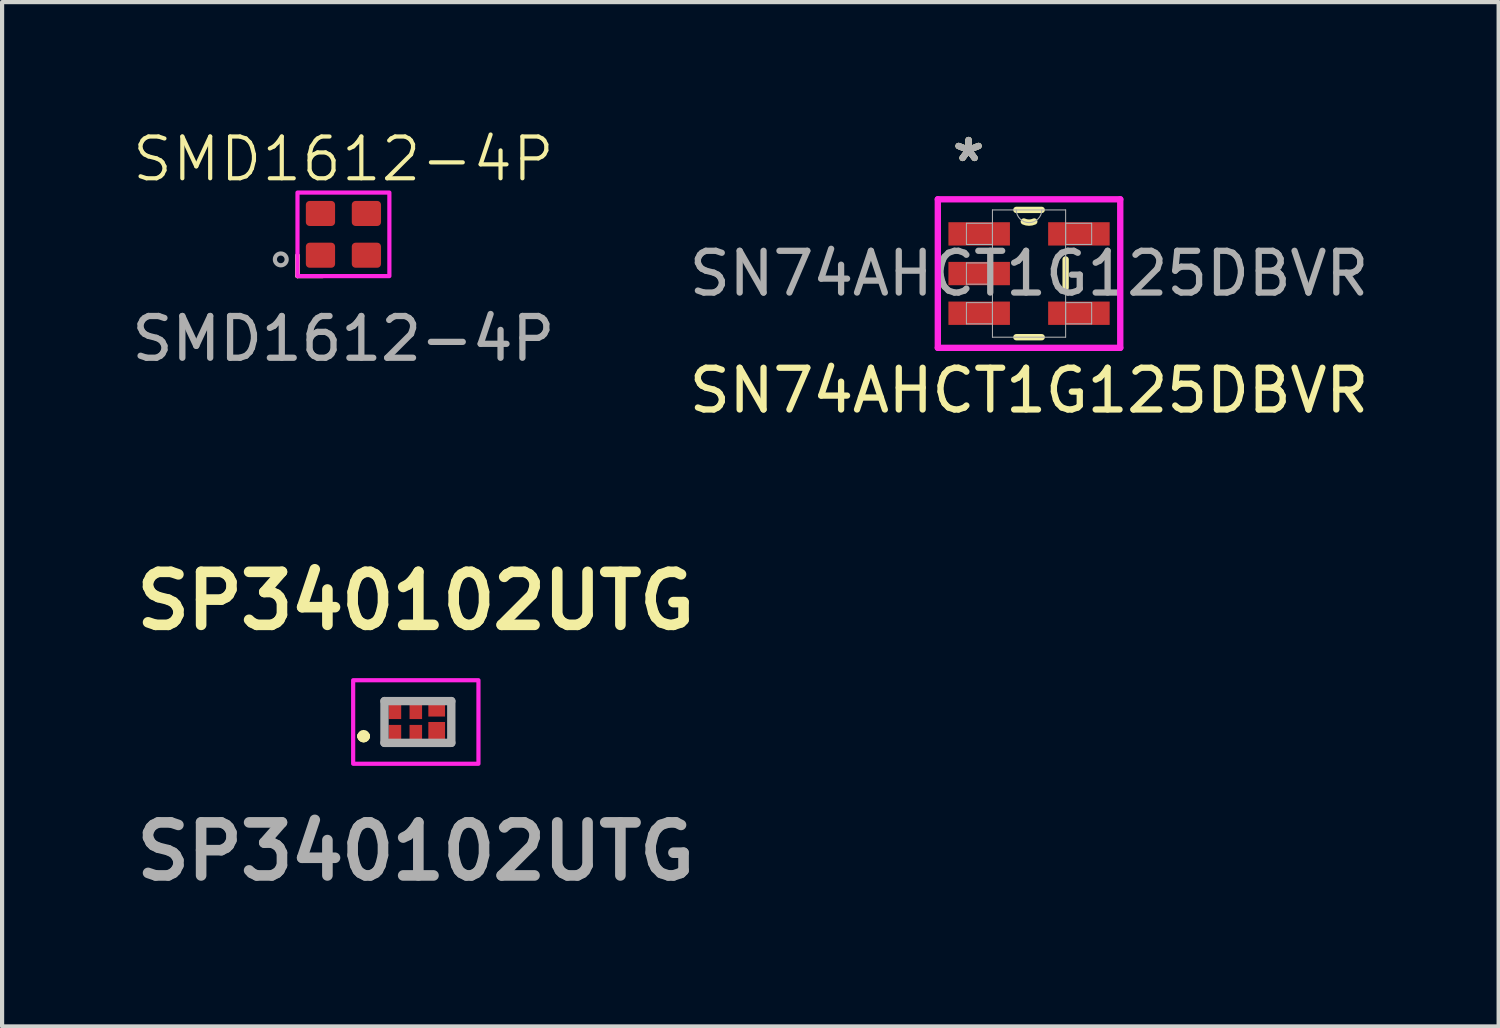
<source format=kicad_pcb>
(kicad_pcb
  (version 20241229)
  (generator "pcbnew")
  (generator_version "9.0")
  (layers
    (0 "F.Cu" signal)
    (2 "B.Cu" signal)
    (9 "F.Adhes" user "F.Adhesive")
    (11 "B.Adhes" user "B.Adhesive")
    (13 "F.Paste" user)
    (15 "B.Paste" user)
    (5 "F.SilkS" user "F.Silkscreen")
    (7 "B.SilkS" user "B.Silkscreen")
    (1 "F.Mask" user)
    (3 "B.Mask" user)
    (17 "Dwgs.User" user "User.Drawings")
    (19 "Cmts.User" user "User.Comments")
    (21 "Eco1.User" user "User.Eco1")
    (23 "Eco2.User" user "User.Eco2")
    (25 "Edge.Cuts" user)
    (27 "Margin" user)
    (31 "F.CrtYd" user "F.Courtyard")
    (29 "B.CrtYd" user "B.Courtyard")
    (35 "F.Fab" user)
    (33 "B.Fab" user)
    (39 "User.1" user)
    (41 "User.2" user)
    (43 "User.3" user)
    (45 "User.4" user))
  (footprint "SP340102UTG"
    (layer "F.Cu")
    (at 6.906 14.237)
    (property "Reference" "SP340102UTG" (at 0 -2.9 0) (layer "F.SilkS") (effects (font (size 1.27 1.27) (thickness 0.254))))
    (attr smd)
    (fp_line (start -1.3 0.34) (end -1.3 0.34) (stroke (width 0.2) (type solid)) (layer "F.SilkS"))
    (fp_line (start -1.3 0.34) (end -1.3 0.34) (stroke (width 0.2) (type solid)) (layer "F.SilkS"))
    (fp_line (start -1.2 0.34) (end -1.2 0.34) (stroke (width 0.2) (type solid)) (layer "F.SilkS"))
    (fp_arc (start -1.3 0.34) (mid -1.25 0.29) (end -1.2 0.34) (stroke (width 0.2) (type solid)) (layer "F.SilkS"))
    (fp_arc (start -1.2 0.34) (mid -1.25 0.39) (end -1.3 0.34) (stroke (width 0.2) (type solid)) (layer "F.SilkS"))
    (fp_arc (start -1.2 0.34) (mid -1.25 0.39) (end -1.3 0.34) (stroke (width 0.2) (type solid)) (layer "F.SilkS"))
    (fp_rect (start -1.5 -1) (end 1.5 1) (stroke (width 0.1) (type solid)) (fill no) (layer "F.CrtYd"))
    (fp_line (start -0.75 -0.5) (end -0.75 0.5) (stroke (width 0.2) (type solid)) (layer "F.Fab"))
    (fp_line (start -0.75 0.5) (end 0.85 0.5) (stroke (width 0.2) (type solid)) (layer "F.Fab"))
    (fp_line (start 0.85 -0.5) (end -0.75 -0.5) (stroke (width 0.2) (type solid)) (layer "F.Fab"))
    (fp_line (start 0.85 0.5) (end 0.85 -0.5) (stroke (width 0.2) (type solid)) (layer "F.Fab"))
    (fp_text user "${REFERENCE}" (at 0 3.1 0) (layer "F.Fab") (effects (font (size 1.27 1.27) (thickness 0.254))))
    (pad "1" smd rect (at -0.5 0.31) (size 0.3 0.48) (layers "F.Cu" "F.Mask" "F.Paste"))
    (pad "2" smd rect (at 0 0.31) (size 0.3 0.48) (layers "F.Cu" "F.Mask" "F.Paste"))
    (pad "3" smd rect (at 0.5 0.275) (size 0.4 0.55) (layers "F.Cu" "F.Mask" "F.Paste"))
    (pad "4" smd rect (at 0.5 -0.34) (size 0.4 0.42) (layers "F.Cu" "F.Mask" "F.Paste"))
    (pad "5" smd rect (at 0 -0.31) (size 0.3 0.48) (layers "F.Cu" "F.Mask" "F.Paste"))
    (pad "6" smd rect (at -0.5 -0.31) (size 0.3 0.48) (layers "F.Cu" "F.Mask" "F.Paste")))
  (footprint "SN74AHCT1G125DBVR"
    (layer "F.Cu")
    (at 21.589 3.5)
    (property "Reference" "SN74AHCT1G125DBVR" (at 0 2.8 0) (unlocked yes) (layer "F.SilkS") (effects (font (size 1 1) (thickness 0.15))))
    (attr smd)
    (fp_line (start -0.303 1.524) (end 0.303 1.524) (stroke (width 0.152) (type solid)) (layer "F.SilkS"))
    (fp_line (start 0.303 -1.524) (end -0.303 -1.524) (stroke (width 0.152) (type solid)) (layer "F.SilkS"))
    (fp_line (start 0.876 0.338) (end 0.876 -0.338) (stroke (width 0.152) (type solid)) (layer "F.SilkS"))
    (fp_arc (start 0.124872 -1.245953) (mid 0 -1.2192) (end -0.124872 -1.245953) (stroke (width 0.1524) (type solid)) (layer "F.SilkS"))
    (fp_line (start -2.184 -1.778) (end 2.184 -1.778) (stroke (width 0.152) (type solid)) (layer "F.CrtYd"))
    (fp_line (start -2.184 1.778) (end -2.184 -1.778) (stroke (width 0.152) (type solid)) (layer "F.CrtYd"))
    (fp_line (start 2.184 -1.778) (end 2.184 1.778) (stroke (width 0.152) (type solid)) (layer "F.CrtYd"))
    (fp_line (start 2.184 1.778) (end -2.184 1.778) (stroke (width 0.152) (type solid)) (layer "F.CrtYd"))
    (fp_line (start -1.499 -1.204) (end -1.499 -0.696) (stroke (width 0.025) (type solid)) (layer "F.Fab"))
    (fp_line (start -1.499 -0.696) (end -0.876 -0.696) (stroke (width 0.025) (type solid)) (layer "F.Fab"))
    (fp_line (start -1.499 -0.254) (end -1.499 0.254) (stroke (width 0.025) (type solid)) (layer "F.Fab"))
    (fp_line (start -1.499 0.254) (end -0.876 0.254) (stroke (width 0.025) (type solid)) (layer "F.Fab"))
    (fp_line (start -1.499 0.696) (end -1.499 1.204) (stroke (width 0.025) (type solid)) (layer "F.Fab"))
    (fp_line (start -1.499 1.204) (end -0.876 1.204) (stroke (width 0.025) (type solid)) (layer "F.Fab"))
    (fp_line (start -0.876 -1.524) (end -0.876 1.524) (stroke (width 0.025) (type solid)) (layer "F.Fab"))
    (fp_line (start -0.876 -1.204) (end -1.499 -1.204) (stroke (width 0.025) (type solid)) (layer "F.Fab"))
    (fp_line (start -0.876 -0.696) (end -0.876 -1.204) (stroke (width 0.025) (type solid)) (layer "F.Fab"))
    (fp_line (start -0.876 -0.254) (end -1.499 -0.254) (stroke (width 0.025) (type solid)) (layer "F.Fab"))
    (fp_line (start -0.876 0.254) (end -0.876 -0.254) (stroke (width 0.025) (type solid)) (layer "F.Fab"))
    (fp_line (start -0.876 0.696) (end -1.499 0.696) (stroke (width 0.025) (type solid)) (layer "F.Fab"))
    (fp_line (start -0.876 1.204) (end -0.876 0.696) (stroke (width 0.025) (type solid)) (layer "F.Fab"))
    (fp_line (start -0.876 1.524) (end 0.876 1.524) (stroke (width 0.025) (type solid)) (layer "F.Fab"))
    (fp_line (start 0.876 -1.524) (end -0.876 -1.524) (stroke (width 0.025) (type solid)) (layer "F.Fab"))
    (fp_line (start 0.876 -1.204) (end 0.876 -0.696) (stroke (width 0.025) (type solid)) (layer "F.Fab"))
    (fp_line (start 0.876 -0.696) (end 1.499 -0.696) (stroke (width 0.025) (type solid)) (layer "F.Fab"))
    (fp_line (start 0.876 0.696) (end 0.876 1.204) (stroke (width 0.025) (type solid)) (layer "F.Fab"))
    (fp_line (start 0.876 1.204) (end 1.499 1.204) (stroke (width 0.025) (type solid)) (layer "F.Fab"))
    (fp_line (start 0.876 1.524) (end 0.876 -1.524) (stroke (width 0.025) (type solid)) (layer "F.Fab"))
    (fp_line (start 1.499 -1.204) (end 0.876 -1.204) (stroke (width 0.025) (type solid)) (layer "F.Fab"))
    (fp_line (start 1.499 -0.696) (end 1.499 -1.204) (stroke (width 0.025) (type solid)) (layer "F.Fab"))
    (fp_line (start 1.499 0.696) (end 0.876 0.696) (stroke (width 0.025) (type solid)) (layer "F.Fab"))
    (fp_line (start 1.499 1.204) (end 1.499 0.696) (stroke (width 0.025) (type solid)) (layer "F.Fab"))
    (fp_arc (start 0.3048 -1.524) (mid 0 -1.2192) (end -0.3048 -1.524) (stroke (width 0.0254) (type solid)) (layer "F.Fab"))
    (fp_text user "*" (at -1.448 -2.652 0) (layer "F.SilkS") (effects (font (size 1 1) (thickness 0.15))))
    (fp_text user "*" (at -1.448 -2.652 0) (unlocked yes) (layer "F.SilkS") (effects (font (size 1 1) (thickness 0.15))))
    (fp_text user "*" (at -1.448 -2.652 0) (layer "F.Fab") (effects (font (size 1 1) (thickness 0.15))))
    (fp_text user "${REFERENCE}" (at 0 0 0) (unlocked yes) (layer "F.Fab") (effects (font (size 1 1) (thickness 0.15))))
    (fp_text user "*" (at -1.448 -2.652 0) (unlocked yes) (layer "F.Fab") (effects (font (size 1 1) (thickness 0.15))))
    (pad "1" smd rect (at -1.194 -0.95) (size 1.473 0.559) (layers "F.Cu" "F.Mask" "F.Paste"))
    (pad "2" smd rect (at -1.194 0) (size 1.473 0.559) (layers "F.Cu" "F.Mask" "F.Paste"))
    (pad "3" smd rect (at -1.194 0.95) (size 1.473 0.559) (layers "F.Cu" "F.Mask" "F.Paste"))
    (pad "4" smd rect (at 1.194 0.95) (size 1.473 0.559) (layers "F.Cu" "F.Mask" "F.Paste"))
    (pad "5" smd rect (at 1.194 -0.95) (size 1.473 0.559) (layers "F.Cu" "F.Mask" "F.Paste")))
  (footprint "SMD1612-4P"
    (layer "F.Cu")
    (at 5.173 2.561)
    (property "Reference" "SMD1612-4P" (at 0 -1.8 0) (unlocked yes) (layer "F.SilkS") (effects (font (size 1 1) (thickness 0.1))))
    (attr smd)
    (fp_line (start -1.1 0.5) (end -1.1 1) (stroke (width 0.1) (type default)) (layer "F.SilkS"))
    (fp_line (start -1.1 1) (end -1.1 0.5) (stroke (width 0.1) (type default)) (layer "F.SilkS"))
    (fp_line (start -0.5 1) (end -1.1 1) (stroke (width 0.1) (type default)) (layer "F.SilkS"))
    (fp_rect (start -1.1 -1) (end 1.1 1) (stroke (width 0.1) (type solid)) (fill no) (layer "F.CrtYd"))
    (fp_circle (center -1.5 0.6) (end -1.4 0.7) (stroke (width 0.1) (type default)) (fill no) (layer "F.Fab"))
    (fp_text user "${REFERENCE}" (at 0 2.5 0) (unlocked yes) (layer "F.Fab") (effects (font (size 1 1) (thickness 0.15))))
    (pad "1" smd roundrect (at -0.55 0.5) (size 0.7 0.6) (layers "F.Cu" "F.Mask" "F.Paste") (roundrect_rratio 0.15))
    (pad "2" smd roundrect (at -0.55 -0.5) (size 0.7 0.6) (layers "F.Cu" "F.Mask" "F.Paste") (roundrect_rratio 0.15))
    (pad "3" smd roundrect (at 0.55 -0.5) (size 0.7 0.6) (layers "F.Cu" "F.Mask" "F.Paste") (roundrect_rratio 0.15))
    (pad "4" smd roundrect (at 0.55 0.5) (size 0.7 0.6) (layers "F.Cu" "F.Mask" "F.Paste") (roundrect_rratio 0.15)))
  (gr_rect
    (start -3 -3)
    (end 32.833 21.526)
    (stroke (width 0.1) (type default))
    (fill no)
    (layer "Edge.Cuts")))
</source>
